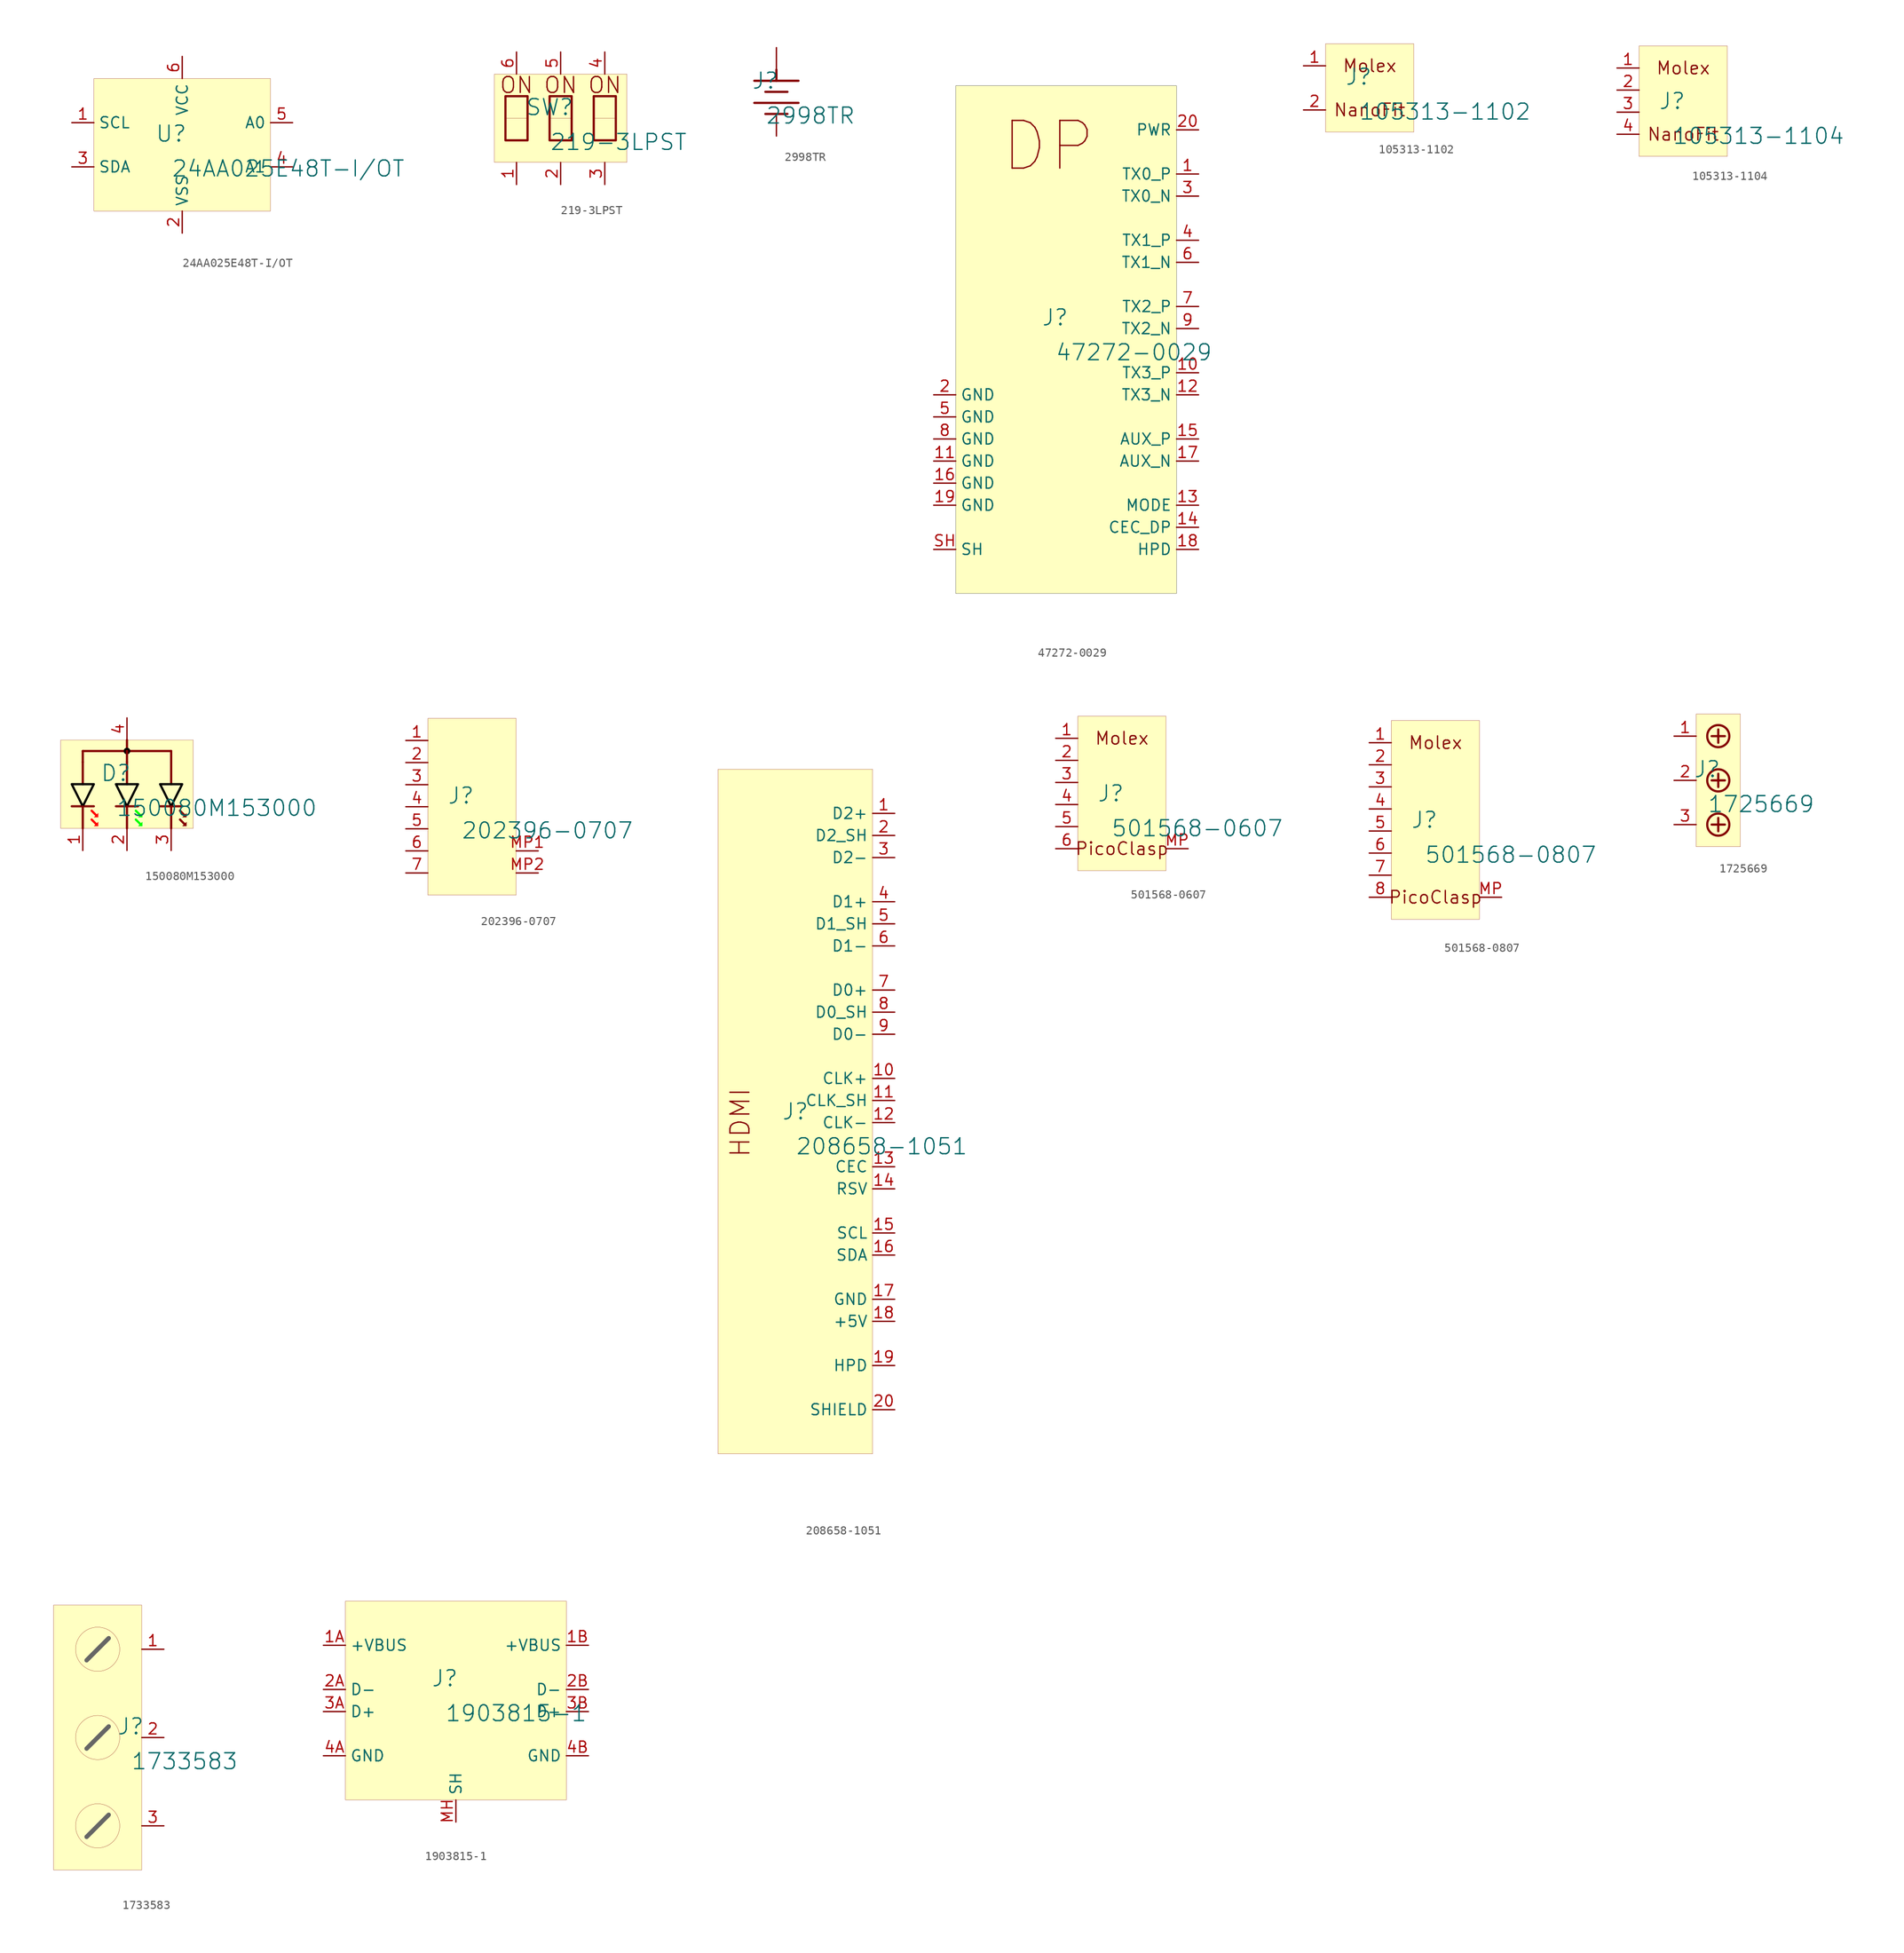
<source format=kicad_sym>
(kicad_symbol_lib
  (version 20231120)
  (generator "kicad_symbol_editor")
  (generator_version "8.0")
  (symbol "24AA025E48T-I/OT"
    (property "Reference" "U"
      (at -1.27 1.27 0)
      (effects (font (size 1.829 1.829))))
    (property "Value" "24AA025E48T-I/OT"
      (at -1.27 -3.81 0)
      (effects (font (size 1.829 1.829)) (justify left bottom)))
    (symbol "24AA025E48T-I/OT_1_0"
      (rectangle (start 10.16 7.62) (end -10.16 -7.62) (stroke (width 0.025) (type solid) (color 128 0 0 1)) (fill (type background)))
      (pin input line (at -12.7 2.54 0) (length 2.54) (name "SCL" (effects (font (size 1.27 1.27)))) (number "1" (effects (font (size 1.27 1.27)))))
      (pin power_in line (at 0 -10.16 90) (length 2.54) (name "VSS" (effects (font (size 1.27 1.27)))) (number "2" (effects (font (size 1.27 1.27)))))
      (pin bidirectional line (at -12.7 -2.54 0) (length 2.54) (name "SDA" (effects (font (size 1.27 1.27)))) (number "3" (effects (font (size 1.27 1.27)))))
      (pin input line (at 12.7 -2.54 180) (length 2.54) (name "A1" (effects (font (size 1.27 1.27)))) (number "4" (effects (font (size 1.27 1.27)))))
      (pin power_in line (at 12.7 2.54 180) (length 2.54) (name "A0" (effects (font (size 1.27 1.27)))) (number "5" (effects (font (size 1.27 1.27)))))
      (pin power_in line (at 0 10.16 270) (length 2.54) (name "VCC" (effects (font (size 1.27 1.27)))) (number "6" (effects (font (size 1.27 1.27)))))))
  (symbol "219-3LPST"
    (property "Reference" "SW"
      (at -1.27 1.27 0)
      (effects (font (size 1.829 1.829))))
    (property "Value" "219-3LPST"
      (at -1.27 -3.81 0)
      (effects (font (size 1.829 1.829)) (justify left bottom)))
    (symbol "219-3LPST_1_0"
      (rectangle (start -3.81 2.54) (end -6.35 0) (stroke (width 0.025) (type solid) (color 128 0 0 1)) (fill (type color) (color 0 0 0 1)))
      (polyline (pts (xy -6.35 2.54) (xy -3.81 2.54) (xy -3.81 -2.54) (xy -6.35 -2.54) (xy -6.35 2.54)) (stroke (width 0.254) (type solid)) (fill (type none)))
      (polyline (pts (xy -1.27 2.54) (xy 1.27 2.54) (xy 1.27 -2.54) (xy -1.27 -2.54) (xy -1.27 2.54)) (stroke (width 0.254) (type solid)) (fill (type none)))
      (polyline (pts (xy 3.81 2.54) (xy 6.35 2.54) (xy 6.35 -2.54) (xy 3.81 -2.54) (xy 3.81 2.54)) (stroke (width 0.254) (type solid)) (fill (type none)))
      (rectangle (start 1.27 2.54) (end -1.27 0) (stroke (width 0.025) (type solid) (color 128 0 0 1)) (fill (type color) (color 0 0 0 1)))
      (rectangle (start 6.35 2.54) (end 3.81 0) (stroke (width 0.025) (type solid) (color 128 0 0 1)) (fill (type color) (color 0 0 0 1)))
      (rectangle (start 7.62 5.08) (end -7.62 -5.08) (stroke (width 0.025) (type solid) (color 128 0 0 1)) (fill (type background)))
      (text "ON" (at -5.08 3.81 0) (effects (font (size 1.829 1.829))))
      (text "ON" (at 0 3.81 0) (effects (font (size 1.829 1.829))))
      (text "ON" (at 5.08 3.81 0) (effects (font (size 1.829 1.829))))
      (pin passive line (at -5.08 -7.62 90) (length 2.54) (name "1" (effects (font (size 0 0)))) (number "1" (effects (font (size 1.27 1.27)))))
      (pin passive line (at 0 -7.62 90) (length 2.54) (name "2" (effects (font (size 0 0)))) (number "2" (effects (font (size 1.27 1.27)))))
      (pin passive line (at 5.08 -7.62 90) (length 2.54) (name "3" (effects (font (size 0 0)))) (number "3" (effects (font (size 1.27 1.27)))))
      (pin passive line (at 5.08 7.62 270) (length 2.54) (name "4" (effects (font (size 0 0)))) (number "4" (effects (font (size 1.27 1.27)))))
      (pin passive line (at 0 7.62 270) (length 2.54) (name "5" (effects (font (size 0 0)))) (number "5" (effects (font (size 1.27 1.27)))))
      (pin passive line (at -5.08 7.62 270) (length 2.54) (name "6" (effects (font (size 0 0)))) (number "6" (effects (font (size 1.27 1.27)))))))
  (symbol "2998TR"
    (property "Reference" "J"
      (at -1.27 1.27 0)
      (effects (font (size 1.829 1.829))))
    (property "Value" "2998TR"
      (at -1.27 -3.81 0)
      (effects (font (size 1.829 1.829)) (justify left bottom)))
    (symbol "2998TR_1_0"
      (polyline (pts (xy -2.54 -1.27) (xy 2.54 -1.27)) (stroke (width 0.254) (type solid)) (fill (type none)))
      (polyline (pts (xy -2.54 1.27) (xy 2.54 1.27)) (stroke (width 0.254) (type solid)) (fill (type none)))
      (polyline (pts (xy -1.27 -2.54) (xy 1.27 -2.54)) (stroke (width 0.254) (type solid)) (fill (type none)))
      (polyline (pts (xy -1.27 0) (xy 1.27 0)) (stroke (width 0.254) (type solid)) (fill (type none)))
      (polyline (pts (xy 0 2.54) (xy 0 1.27)) (stroke (width 0.254) (type solid)) (fill (type none)))
      (pin passive line (at 0 5.08 270) (length 2.54) (name "A" (effects (font (size 0 0)))) (number "A" (effects (font (size 0 0)))))
      (pin passive line (at 0 -5.08 90) (length 2.54) (name "K" (effects (font (size 0 0)))) (number "K" (effects (font (size 0 0)))))))
  (symbol "47272-0029"
    (property "Reference" "J"
      (at -1.27 1.27 0)
      (effects (font (size 1.829 1.829))))
    (property "Value" "47272-0029"
      (at -1.27 -3.81 0)
      (effects (font (size 1.829 1.829)) (justify left bottom)))
    (symbol "47272-0029_1_0"
      (rectangle (start -12.7 27.94) (end 12.7 -30.48) (stroke (width 0.025) (type solid) (color 0 0 0 1)) (fill (type background)))
      (text "DP" (at -7.62 17.78 0) (effects (font (size 5.486 5.486)) (justify left bottom)))
      (pin input line (at 15.24 17.78 180) (length 2.54) (name "TX0_P" (effects (font (size 1.27 1.27)))) (number "1" (effects (font (size 1.27 1.27)))))
      (pin input line (at 15.24 -5.08 180) (length 2.54) (name "TX3_P" (effects (font (size 1.27 1.27)))) (number "10" (effects (font (size 1.27 1.27)))))
      (pin power_in line (at -15.24 -15.24 0) (length 2.54) (name "GND" (effects (font (size 1.27 1.27)))) (number "11" (effects (font (size 1.27 1.27)))))
      (pin input line (at 15.24 -7.62 180) (length 2.54) (name "TX3_N" (effects (font (size 1.27 1.27)))) (number "12" (effects (font (size 1.27 1.27)))))
      (pin passive line (at 15.24 -20.32 180) (length 2.54) (name "MODE" (effects (font (size 1.27 1.27)))) (number "13" (effects (font (size 1.27 1.27)))))
      (pin passive line (at 15.24 -22.86 180) (length 2.54) (name "CEC_DP" (effects (font (size 1.27 1.27)))) (number "14" (effects (font (size 1.27 1.27)))))
      (pin bidirectional line (at 15.24 -12.7 180) (length 2.54) (name "AUX_P" (effects (font (size 1.27 1.27)))) (number "15" (effects (font (size 1.27 1.27)))))
      (pin power_in line (at -15.24 -17.78 0) (length 2.54) (name "GND" (effects (font (size 1.27 1.27)))) (number "16" (effects (font (size 1.27 1.27)))))
      (pin bidirectional line (at 15.24 -15.24 180) (length 2.54) (name "AUX_N" (effects (font (size 1.27 1.27)))) (number "17" (effects (font (size 1.27 1.27)))))
      (pin passive line (at 15.24 -25.4 180) (length 2.54) (name "HPD" (effects (font (size 1.27 1.27)))) (number "18" (effects (font (size 1.27 1.27)))))
      (pin power_in line (at -15.24 -20.32 0) (length 2.54) (name "GND" (effects (font (size 1.27 1.27)))) (number "19" (effects (font (size 1.27 1.27)))))
      (pin power_in line (at -15.24 -7.62 0) (length 2.54) (name "GND" (effects (font (size 1.27 1.27)))) (number "2" (effects (font (size 1.27 1.27)))))
      (pin power_in line (at 15.24 22.86 180) (length 2.54) (name "PWR" (effects (font (size 1.27 1.27)))) (number "20" (effects (font (size 1.27 1.27)))))
      (pin input line (at 15.24 15.24 180) (length 2.54) (name "TX0_N" (effects (font (size 1.27 1.27)))) (number "3" (effects (font (size 1.27 1.27)))))
      (pin input line (at 15.24 10.16 180) (length 2.54) (name "TX1_P" (effects (font (size 1.27 1.27)))) (number "4" (effects (font (size 1.27 1.27)))))
      (pin power_in line (at -15.24 -10.16 0) (length 2.54) (name "GND" (effects (font (size 1.27 1.27)))) (number "5" (effects (font (size 1.27 1.27)))))
      (pin input line (at 15.24 7.62 180) (length 2.54) (name "TX1_N" (effects (font (size 1.27 1.27)))) (number "6" (effects (font (size 1.27 1.27)))))
      (pin input line (at 15.24 2.54 180) (length 2.54) (name "TX2_P" (effects (font (size 1.27 1.27)))) (number "7" (effects (font (size 1.27 1.27)))))
      (pin power_in line (at -15.24 -12.7 0) (length 2.54) (name "GND" (effects (font (size 1.27 1.27)))) (number "8" (effects (font (size 1.27 1.27)))))
      (pin input line (at 15.24 0 180) (length 2.54) (name "TX2_N" (effects (font (size 1.27 1.27)))) (number "9" (effects (font (size 1.27 1.27)))))
      (pin passive line (at -15.24 -25.4 0) (length 2.54) (name "SH" (effects (font (size 1.27 1.27)))) (number "SH" (effects (font (size 1.27 1.27)))))))
  (symbol "105313-1102"
    (property "Reference" "J"
      (at -1.27 1.27 0)
      (effects (font (size 1.829 1.829))))
    (property "Value" "105313-1102"
      (at -1.27 -3.81 0)
      (effects (font (size 1.829 1.829)) (justify left bottom)))
    (symbol "105313-1102_1_0"
      (rectangle (start 5.08 5.08) (end -5.08 -5.08) (stroke (width 0.025) (type solid) (color 128 0 0 1)) (fill (type background)))
      (text "Molex" (at 0 2.54 0) (effects (font (size 1.448 1.448))))
      (text "NanoFit" (at 0 -2.54 0) (effects (font (size 1.448 1.448))))
      (pin passive line (at -7.62 2.54 0) (length 2.54) (name "1" (effects (font (size 0 0)))) (number "1" (effects (font (size 1.27 1.27)))))
      (pin passive line (at -7.62 -2.54 0) (length 2.54) (name "2" (effects (font (size 0 0)))) (number "2" (effects (font (size 1.27 1.27)))))))
  (symbol "105313-1104"
    (property "Reference" "J"
      (at -1.27 1.27 0)
      (effects (font (size 1.829 1.829))))
    (property "Value" "105313-1104"
      (at -1.27 -3.81 0)
      (effects (font (size 1.829 1.829)) (justify left bottom)))
    (symbol "105313-1104_1_0"
      (rectangle (start 5.08 7.62) (end -5.08 -5.08) (stroke (width 0.025) (type solid) (color 128 0 0 1)) (fill (type background)))
      (text "Molex" (at 0 5.08 0) (effects (font (size 1.448 1.448))))
      (text "NanoFit" (at 0 -2.54 0) (effects (font (size 1.448 1.448))))
      (pin passive line (at -7.62 5.08 0) (length 2.54) (name "1" (effects (font (size 0 0)))) (number "1" (effects (font (size 1.27 1.27)))))
      (pin passive line (at -7.62 2.54 0) (length 2.54) (name "2" (effects (font (size 0 0)))) (number "2" (effects (font (size 1.27 1.27)))))
      (pin passive line (at -7.62 0 0) (length 2.54) (name "3" (effects (font (size 0 0)))) (number "3" (effects (font (size 1.27 1.27)))))
      (pin passive line (at -7.62 -2.54 0) (length 2.54) (name "4" (effects (font (size 0 0)))) (number "4" (effects (font (size 1.27 1.27)))))))
  (symbol "150080M153000"
    (property "Reference" "D"
      (at -1.27 1.27 0)
      (effects (font (size 1.829 1.829))))
    (property "Value" "150080M153000"
      (at -1.27 -3.81 0)
      (effects (font (size 1.829 1.829)) (justify left bottom)))
    (symbol "150080M153000_1_0"
      (polyline (pts (xy -6.35 -2.54) (xy -3.81 -2.54)) (stroke (width 0.254) (type solid)) (fill (type none)))
      (polyline (pts (xy -5.08 -5.08) (xy -5.08 -2.54)) (stroke (width 0.254) (type solid)) (fill (type none)))
      (polyline (pts (xy -5.08 0) (xy -5.08 2.54)) (stroke (width 0.254) (type solid)) (fill (type none)))
      (polyline (pts (xy -5.08 3.81) (xy -5.08 2.54)) (stroke (width 0.254) (type solid)) (fill (type none)))
      (polyline (pts (xy -5.08 3.81) (xy 5.08 3.81)) (stroke (width 0.254) (type solid)) (fill (type none)))
      (polyline (pts (xy -3.556 -4.572) (xy -4.064 -4.064)) (stroke (width 0.254) (type solid) (color 255 0 0 1)) (fill (type none)))
      (polyline (pts (xy -3.556 -3.556) (xy -4.064 -3.048)) (stroke (width 0.254) (type solid) (color 255 0 0 1)) (fill (type none)))
      (polyline (pts (xy -1.27 -2.54) (xy 1.27 -2.54)) (stroke (width 0.254) (type solid)) (fill (type none)))
      (polyline (pts (xy 0 -5.08) (xy 0 -2.54)) (stroke (width 0.254) (type solid)) (fill (type none)))
      (polyline (pts (xy 0 0) (xy 0 2.54)) (stroke (width 0.254) (type solid)) (fill (type none)))
      (polyline (pts (xy 0 3.81) (xy 0 2.54)) (stroke (width 0.254) (type solid)) (fill (type none)))
      (polyline (pts (xy 0 5.08) (xy 0 3.81)) (stroke (width 0.254) (type solid)) (fill (type none)))
      (polyline (pts (xy 1.524 -4.572) (xy 1.016 -4.064)) (stroke (width 0.254) (type solid) (color 0 255 0 1)) (fill (type none)))
      (polyline (pts (xy 1.524 -3.556) (xy 1.016 -3.048)) (stroke (width 0.254) (type solid) (color 0 255 0 1)) (fill (type none)))
      (polyline (pts (xy 3.81 -2.54) (xy 6.35 -2.54)) (stroke (width 0.254) (type solid)) (fill (type none)))
      (polyline (pts (xy 5.08 -5.08) (xy 5.08 -2.54)) (stroke (width 0.254) (type solid)) (fill (type none)))
      (polyline (pts (xy 5.08 0) (xy 5.08 2.54)) (stroke (width 0.254) (type solid)) (fill (type none)))
      (polyline (pts (xy 5.08 3.81) (xy 5.08 2.54)) (stroke (width 0.254) (type solid)) (fill (type none)))
      (polyline (pts (xy 6.604 -4.572) (xy 6.096 -4.064)) (stroke (width 0.254) (type solid)) (fill (type none)))
      (polyline (pts (xy 6.604 -3.556) (xy 6.096 -3.048)) (stroke (width 0.254) (type solid)) (fill (type none)))
      (polyline (pts (xy -3.302 -4.318) (xy -3.81 -4.826) (xy -3.302 -4.826) (xy -3.302 -4.318) (xy -3.302 -4.318)) (stroke (width -0.0001) (type solid) (color 255 0 0 1)) (fill (type outline)))
      (polyline (pts (xy -3.302 -3.302) (xy -3.81 -3.81) (xy -3.302 -3.81) (xy -3.302 -3.302) (xy -3.302 -3.302)) (stroke (width -0.0001) (type solid) (color 255 0 0 1)) (fill (type outline)))
      (polyline (pts (xy 1.778 -4.318) (xy 1.27 -4.826) (xy 1.778 -4.826) (xy 1.778 -4.318) (xy 1.778 -4.318)) (stroke (width -0.0001) (type solid) (color 0 255 0 1)) (fill (type outline)))
      (polyline (pts (xy 1.778 -3.302) (xy 1.27 -3.81) (xy 1.778 -3.81) (xy 1.778 -3.302) (xy 1.778 -3.302)) (stroke (width -0.0001) (type solid) (color 0 255 0 1)) (fill (type outline)))
      (polyline (pts (xy 6.858 -4.318) (xy 6.35 -4.826) (xy 6.858 -4.826) (xy 6.858 -4.318) (xy 6.858 -4.318)) (stroke (width -0.0001) (type solid)) (fill (type outline)))
      (polyline (pts (xy 6.858 -3.302) (xy 6.35 -3.81) (xy 6.858 -3.81) (xy 6.858 -3.302) (xy 6.858 -3.302)) (stroke (width -0.0001) (type solid)) (fill (type outline)))
      (polyline (pts (xy -5.08 0) (xy -3.81 0) (xy -5.08 -2.54) (xy -6.35 0) (xy -5.08 0) (xy -5.08 0)) (stroke (width 0.254) (type solid) (color 0 0 0 1)) (fill (type background)))
      (polyline (pts (xy 0 0) (xy 1.27 0) (xy 0 -2.54) (xy -1.27 0) (xy 0 0) (xy 0 0)) (stroke (width 0.254) (type solid) (color 0 0 0 1)) (fill (type background)))
      (polyline (pts (xy 5.08 0) (xy 6.35 0) (xy 5.08 -2.54) (xy 3.81 0) (xy 5.08 0) (xy 5.08 0)) (stroke (width 0.254) (type solid) (color 0 0 0 1)) (fill (type background)))
      (circle (center 0 3.81) (radius 0.254) (stroke (width 0.254) (type solid) (color 0 0 0 1)) (fill (type none)))
      (rectangle (start 7.62 5.08) (end -7.62 -5.08) (stroke (width 0.025) (type solid) (color 128 0 0 1)) (fill (type background)))
      (pin passive line (at -5.08 -7.62 90) (length 2.54) (name "CR" (effects (font (size 0 0)))) (number "1" (effects (font (size 1.27 1.27)))))
      (pin passive line (at 0 -7.62 90) (length 2.54) (name "CG" (effects (font (size 0 0)))) (number "2" (effects (font (size 1.27 1.27)))))
      (pin passive line (at 5.08 -7.62 90) (length 2.54) (name "CB" (effects (font (size 0 0)))) (number "3" (effects (font (size 1.27 1.27)))))
      (pin passive line (at 0 7.62 270) (length 2.54) (name "AC" (effects (font (size 0 0)))) (number "4" (effects (font (size 1.27 1.27)))))))
  (symbol "202396-0707"
    (property "Reference" "J"
      (at -1.27 1.27 0)
      (effects (font (size 1.829 1.829))))
    (property "Value" "202396-0707"
      (at -1.27 -3.81 0)
      (effects (font (size 1.829 1.829)) (justify left bottom)))
    (symbol "202396-0707_1_0"
      (rectangle (start 5.08 10.16) (end -5.08 -10.16) (stroke (width 0.025) (type solid) (color 128 0 0 1)) (fill (type background)))
      (pin passive line (at -7.62 7.62 0) (length 2.54) (name "" (effects (font (size 0 0)))) (number "1" (effects (font (size 1.27 1.27)))))
      (pin passive line (at -7.62 5.08 0) (length 2.54) (name "" (effects (font (size 0 0)))) (number "2" (effects (font (size 1.27 1.27)))))
      (pin passive line (at -7.62 2.54 0) (length 2.54) (name "" (effects (font (size 0 0)))) (number "3" (effects (font (size 1.27 1.27)))))
      (pin passive line (at -7.62 0 0) (length 2.54) (name "" (effects (font (size 0 0)))) (number "4" (effects (font (size 1.27 1.27)))))
      (pin passive line (at -7.62 -2.54 0) (length 2.54) (name "" (effects (font (size 0 0)))) (number "5" (effects (font (size 1.27 1.27)))))
      (pin passive line (at -7.62 -5.08 0) (length 2.54) (name "" (effects (font (size 0 0)))) (number "6" (effects (font (size 1.27 1.27)))))
      (pin passive line (at -7.62 -7.62 0) (length 2.54) (name "" (effects (font (size 0 0)))) (number "7" (effects (font (size 1.27 1.27)))))
      (pin passive line (at 7.62 -5.08 180) (length 2.54) (name "" (effects (font (size 0 0)))) (number "MP1" (effects (font (size 1.27 1.27)))))
      (pin passive line (at 7.62 -7.62 180) (length 2.54) (name "" (effects (font (size 0 0)))) (number "MP2" (effects (font (size 1.27 1.27)))))))
  (symbol "208658-1051"
    (property "Reference" "J"
      (at -1.27 1.27 0)
      (effects (font (size 1.829 1.829))))
    (property "Value" "208658-1051"
      (at -1.27 -3.81 0)
      (effects (font (size 1.829 1.829)) (justify left bottom)))
    (symbol "208658-1051_1_0"
      (rectangle (start -10.16 40.64) (end 7.62 -38.1) (stroke (width 0.025) (type solid)) (fill (type background)))
      (text "HDMI" (at -7.62 0 900) (effects (font (size 2.184 2.184))))
      (pin passive line (at 10.16 35.56 180) (length 2.54) (name "D2+" (effects (font (size 1.27 1.27)))) (number "1" (effects (font (size 1.27 1.27)))))
      (pin passive line (at 10.16 5.08 180) (length 2.54) (name "CLK+" (effects (font (size 1.27 1.27)))) (number "10" (effects (font (size 1.27 1.27)))))
      (pin passive line (at 10.16 2.54 180) (length 2.54) (name "CLK_SH" (effects (font (size 1.27 1.27)))) (number "11" (effects (font (size 1.27 1.27)))))
      (pin passive line (at 10.16 0 180) (length 2.54) (name "CLK-" (effects (font (size 1.27 1.27)))) (number "12" (effects (font (size 1.27 1.27)))))
      (pin passive line (at 10.16 -5.08 180) (length 2.54) (name "CEC" (effects (font (size 1.27 1.27)))) (number "13" (effects (font (size 1.27 1.27)))))
      (pin passive line (at 10.16 -7.62 180) (length 2.54) (name "RSV" (effects (font (size 1.27 1.27)))) (number "14" (effects (font (size 1.27 1.27)))))
      (pin passive line (at 10.16 -12.7 180) (length 2.54) (name "SCL" (effects (font (size 1.27 1.27)))) (number "15" (effects (font (size 1.27 1.27)))))
      (pin passive line (at 10.16 -15.24 180) (length 2.54) (name "SDA" (effects (font (size 1.27 1.27)))) (number "16" (effects (font (size 1.27 1.27)))))
      (pin passive line (at 10.16 -20.32 180) (length 2.54) (name "GND" (effects (font (size 1.27 1.27)))) (number "17" (effects (font (size 1.27 1.27)))))
      (pin passive line (at 10.16 -22.86 180) (length 2.54) (name "+5V" (effects (font (size 1.27 1.27)))) (number "18" (effects (font (size 1.27 1.27)))))
      (pin passive line (at 10.16 -27.94 180) (length 2.54) (name "HPD" (effects (font (size 1.27 1.27)))) (number "19" (effects (font (size 1.27 1.27)))))
      (pin passive line (at 10.16 33.02 180) (length 2.54) (name "D2_SH" (effects (font (size 1.27 1.27)))) (number "2" (effects (font (size 1.27 1.27)))))
      (pin passive line (at 10.16 -33.02 180) (length 2.54) (name "SHIELD" (effects (font (size 1.27 1.27)))) (number "20" (effects (font (size 1.27 1.27)))))
      (pin passive line (at 10.16 30.48 180) (length 2.54) (name "D2-" (effects (font (size 1.27 1.27)))) (number "3" (effects (font (size 1.27 1.27)))))
      (pin passive line (at 10.16 25.4 180) (length 2.54) (name "D1+" (effects (font (size 1.27 1.27)))) (number "4" (effects (font (size 1.27 1.27)))))
      (pin passive line (at 10.16 22.86 180) (length 2.54) (name "D1_SH" (effects (font (size 1.27 1.27)))) (number "5" (effects (font (size 1.27 1.27)))))
      (pin passive line (at 10.16 20.32 180) (length 2.54) (name "D1-" (effects (font (size 1.27 1.27)))) (number "6" (effects (font (size 1.27 1.27)))))
      (pin passive line (at 10.16 15.24 180) (length 2.54) (name "D0+" (effects (font (size 1.27 1.27)))) (number "7" (effects (font (size 1.27 1.27)))))
      (pin passive line (at 10.16 12.7 180) (length 2.54) (name "D0_SH" (effects (font (size 1.27 1.27)))) (number "8" (effects (font (size 1.27 1.27)))))
      (pin passive line (at 10.16 10.16 180) (length 2.54) (name "D0-" (effects (font (size 1.27 1.27)))) (number "9" (effects (font (size 1.27 1.27)))))))
  (symbol "501568-0607"
    (property "Reference" "J"
      (at -1.27 1.27 0)
      (effects (font (size 1.829 1.829))))
    (property "Value" "501568-0607"
      (at -1.27 -3.81 0)
      (effects (font (size 1.829 1.829)) (justify left bottom)))
    (symbol "501568-0607_1_0"
      (rectangle (start 5.08 10.16) (end -5.08 -7.62) (stroke (width 0.025) (type solid) (color 128 0 0 1)) (fill (type background)))
      (text "Molex" (at 0 7.62 0) (effects (font (size 1.448 1.448))))
      (text "PicoClasp" (at 0 -5.08 0) (effects (font (size 1.448 1.448))))
      (pin passive line (at -7.62 7.62 0) (length 2.54) (name "1" (effects (font (size 0 0)))) (number "1" (effects (font (size 1.27 1.27)))))
      (pin passive line (at -7.62 5.08 0) (length 2.54) (name "2" (effects (font (size 0 0)))) (number "2" (effects (font (size 1.27 1.27)))))
      (pin passive line (at -7.62 2.54 0) (length 2.54) (name "3" (effects (font (size 0 0)))) (number "3" (effects (font (size 1.27 1.27)))))
      (pin passive line (at -7.62 0 0) (length 2.54) (name "4" (effects (font (size 0 0)))) (number "4" (effects (font (size 1.27 1.27)))))
      (pin passive line (at -7.62 -2.54 0) (length 2.54) (name "5" (effects (font (size 0 0)))) (number "5" (effects (font (size 1.27 1.27)))))
      (pin passive line (at -7.62 -5.08 0) (length 2.54) (name "6" (effects (font (size 0 0)))) (number "6" (effects (font (size 1.27 1.27)))))
      (pin passive line (at 7.62 -5.08 180) (length 2.54) (name "MP" (effects (font (size 0 0)))) (number "MP" (effects (font (size 1.27 1.27)))))))
  (symbol "501568-0807"
    (property "Reference" "J"
      (at -1.27 1.27 0)
      (effects (font (size 1.829 1.829))))
    (property "Value" "501568-0807"
      (at -1.27 -3.81 0)
      (effects (font (size 1.829 1.829)) (justify left bottom)))
    (symbol "501568-0807_1_0"
      (rectangle (start 5.08 12.7) (end -5.08 -10.16) (stroke (width 0.025) (type solid) (color 128 0 0 1)) (fill (type background)))
      (text "Molex" (at 0 10.16 0) (effects (font (size 1.448 1.448))))
      (text "PicoClasp" (at 0 -7.62 0) (effects (font (size 1.448 1.448))))
      (pin passive line (at -7.62 10.16 0) (length 2.54) (name "1" (effects (font (size 0 0)))) (number "1" (effects (font (size 1.27 1.27)))))
      (pin passive line (at -7.62 7.62 0) (length 2.54) (name "2" (effects (font (size 0 0)))) (number "2" (effects (font (size 1.27 1.27)))))
      (pin passive line (at -7.62 5.08 0) (length 2.54) (name "3" (effects (font (size 0 0)))) (number "3" (effects (font (size 1.27 1.27)))))
      (pin passive line (at -7.62 2.54 0) (length 2.54) (name "4" (effects (font (size 0 0)))) (number "4" (effects (font (size 1.27 1.27)))))
      (pin passive line (at -7.62 0 0) (length 2.54) (name "5" (effects (font (size 0 0)))) (number "5" (effects (font (size 1.27 1.27)))))
      (pin passive line (at -7.62 -2.54 0) (length 2.54) (name "6" (effects (font (size 0 0)))) (number "6" (effects (font (size 1.27 1.27)))))
      (pin passive line (at -7.62 -5.08 0) (length 2.54) (name "7" (effects (font (size 0 0)))) (number "7" (effects (font (size 1.27 1.27)))))
      (pin passive line (at -7.62 -7.62 0) (length 2.54) (name "8" (effects (font (size 0 0)))) (number "8" (effects (font (size 1.27 1.27)))))
      (pin passive line (at 7.62 -7.62 180) (length 2.54) (name "MP" (effects (font (size 0 0)))) (number "MP" (effects (font (size 1.27 1.27)))))))
  (symbol "1725669"
    (property "Reference" "J"
      (at -1.27 1.27 0)
      (effects (font (size 1.829 1.829))))
    (property "Value" "1725669"
      (at -1.27 -3.81 0)
      (effects (font (size 1.829 1.829)) (justify left bottom)))
    (symbol "1725669_1_0"
      (circle (center 0 -5.08) (radius 1.27) (stroke (width 0.254) (type solid)) (fill (type none)))
      (polyline (pts (xy -0.762 -5.08) (xy 0.762 -5.08)) (stroke (width 0.254) (type solid)) (fill (type none)))
      (polyline (pts (xy -0.762 0) (xy 0.762 0)) (stroke (width 0.254) (type solid)) (fill (type none)))
      (polyline (pts (xy -0.762 5.08) (xy 0.762 5.08)) (stroke (width 0.254) (type solid)) (fill (type none)))
      (polyline (pts (xy 0 -4.318) (xy 0 -5.842)) (stroke (width 0.254) (type solid)) (fill (type none)))
      (polyline (pts (xy 0 0.762) (xy 0 -0.762)) (stroke (width 0.254) (type solid)) (fill (type none)))
      (polyline (pts (xy 0 5.842) (xy 0 4.318)) (stroke (width 0.254) (type solid)) (fill (type none)))
      (circle (center 0 0) (radius 1.27) (stroke (width 0.254) (type solid)) (fill (type none)))
      (circle (center 0 5.08) (radius 1.27) (stroke (width 0.254) (type solid)) (fill (type none)))
      (rectangle (start 2.54 7.62) (end -2.54 -7.62) (stroke (width 0.025) (type solid) (color 128 0 0 1)) (fill (type background)))
      (pin passive line (at -5.08 5.08 0) (length 2.54) (name "1" (effects (font (size 0 0)))) (number "1" (effects (font (size 1.27 1.27)))))
      (pin passive line (at -5.08 0 0) (length 2.54) (name "2" (effects (font (size 0 0)))) (number "2" (effects (font (size 1.27 1.27)))))
      (pin passive line (at -5.08 -5.08 0) (length 2.54) (name "3" (effects (font (size 0 0)))) (number "3" (effects (font (size 1.27 1.27)))))))
  (symbol "1733583"
    (property "Reference" "J"
      (at -1.27 1.27 0)
      (effects (font (size 1.829 1.829))))
    (property "Value" "1733583"
      (at -1.27 -3.81 0)
      (effects (font (size 1.829 1.829)) (justify left bottom)))
    (symbol "1733583_1_0"
      (circle (center -5.08 -10.16) (radius 2.54) (stroke (width 0.025) (type solid)) (fill (type background)))
      (circle (center -5.08 0) (radius 2.54) (stroke (width 0.025) (type solid)) (fill (type background)))
      (circle (center -5.08 10.16) (radius 2.54) (stroke (width 0.025) (type solid)) (fill (type background)))
      (polyline (pts (xy -6.35 -11.43) (xy -3.81 -8.89)) (stroke (width 0.508) (type solid) (color 102 102 102 1)) (fill (type none)))
      (polyline (pts (xy -6.35 -1.27) (xy -3.81 1.27)) (stroke (width 0.508) (type solid) (color 102 102 102 1)) (fill (type none)))
      (polyline (pts (xy -6.35 8.89) (xy -3.81 11.43)) (stroke (width 0.508) (type solid) (color 102 102 102 1)) (fill (type none)))
      (rectangle (start 0 15.24) (end -10.16 -15.24) (stroke (width 0.025) (type solid) (color 128 0 0 1)) (fill (type background)))
      (pin passive line (at 2.54 10.16 180) (length 2.54) (name "1" (effects (font (size 0 0)))) (number "1" (effects (font (size 1.27 1.27)))))
      (pin passive line (at 2.54 0 180) (length 2.54) (name "2" (effects (font (size 0 0)))) (number "2" (effects (font (size 1.27 1.27)))))
      (pin passive line (at 2.54 -10.16 180) (length 2.54) (name "3" (effects (font (size 0 0)))) (number "3" (effects (font (size 1.27 1.27)))))))
  (symbol "1903815-1"
    (property "Reference" "J"
      (at -1.27 1.27 0)
      (effects (font (size 1.829 1.829))))
    (property "Value" "1903815-1"
      (at -1.27 -3.81 0)
      (effects (font (size 1.829 1.829)) (justify left bottom)))
    (symbol "1903815-1_1_0"
      (rectangle (start 12.7 10.16) (end -12.7 -12.7) (stroke (width 0.025) (type solid) (color 128 0 0 1)) (fill (type background)))
      (pin passive line (at -15.24 5.08 0) (length 2.54) (name "+VBUS" (effects (font (size 1.27 1.27)))) (number "1A" (effects (font (size 1.27 1.27)))))
      (pin passive line (at 15.24 5.08 180) (length 2.54) (name "+VBUS" (effects (font (size 1.27 1.27)))) (number "1B" (effects (font (size 1.27 1.27)))))
      (pin passive line (at -15.24 0 0) (length 2.54) (name "D-" (effects (font (size 1.27 1.27)))) (number "2A" (effects (font (size 1.27 1.27)))))
      (pin passive line (at 15.24 0 180) (length 2.54) (name "D-" (effects (font (size 1.27 1.27)))) (number "2B" (effects (font (size 1.27 1.27)))))
      (pin passive line (at -15.24 -2.54 0) (length 2.54) (name "D+" (effects (font (size 1.27 1.27)))) (number "3A" (effects (font (size 1.27 1.27)))))
      (pin passive line (at 15.24 -2.54 180) (length 2.54) (name "D+" (effects (font (size 1.27 1.27)))) (number "3B" (effects (font (size 1.27 1.27)))))
      (pin passive line (at -15.24 -7.62 0) (length 2.54) (name "GND" (effects (font (size 1.27 1.27)))) (number "4A" (effects (font (size 1.27 1.27)))))
      (pin passive line (at 15.24 -7.62 180) (length 2.54) (name "GND" (effects (font (size 1.27 1.27)))) (number "4B" (effects (font (size 1.27 1.27)))))
      (pin passive line (at 0 -15.24 90) (length 2.54) (name "SH" (effects (font (size 1.27 1.27)))) (number "MH" (effects (font (size 1.27 1.27))))))))
</source>
